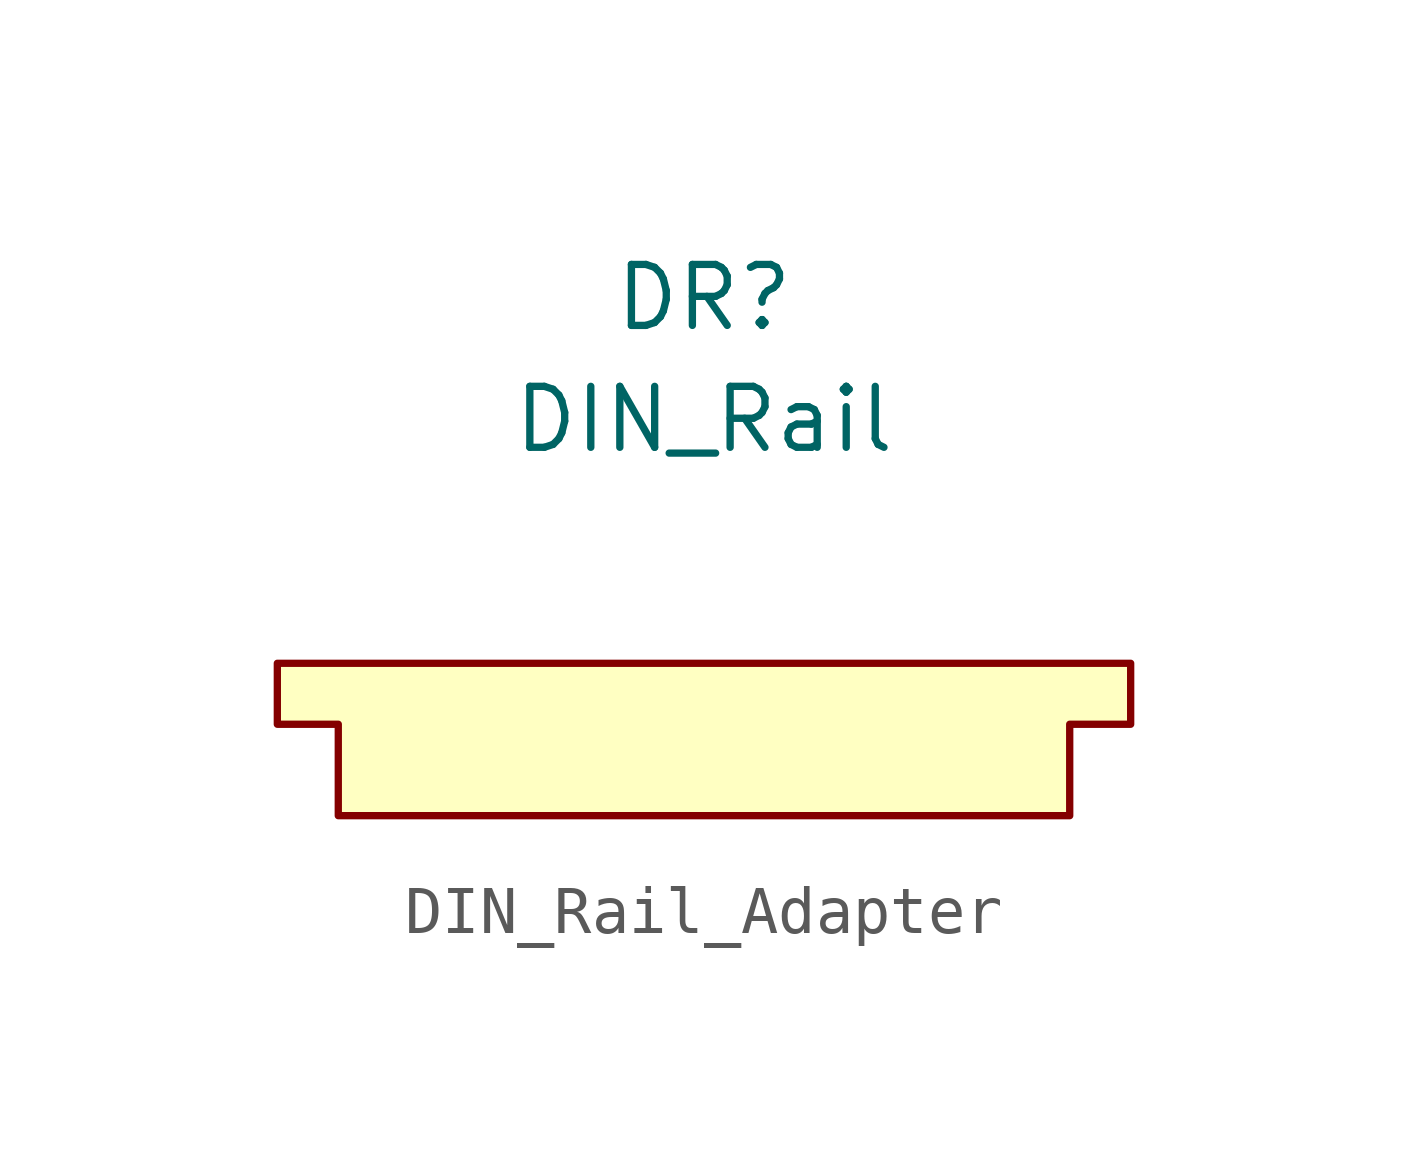
<source format=kicad_sym>
(kicad_symbol_lib
  (version 20231120)
  (generator "kicad_symbol_editor")
  (generator_version "8.0")
  (symbol "DIN_Rail_Adapter"
    (property "Reference" "DR"
      (at 0 6.35 0)
      (effects (font (size 1.27 1.27))))
    (property "Value" "DIN_Rail"
      (at 0 3.81 0)
      (effects (font (size 1.27 1.27))))
    (symbol "DIN_Rail_Adapter_0_1"
      (polyline (pts (xy -7.62 -2.54) (xy -8.89 -2.54) (xy -8.89 -1.27) (xy 8.89 -1.27) (xy 8.89 -2.54) (xy 7.62 -2.54) (xy 7.62 -4.445) (xy -7.62 -4.445) (xy -7.62 -2.54)) (stroke (width 0) (type default)) (fill (type background))))))
</source>
